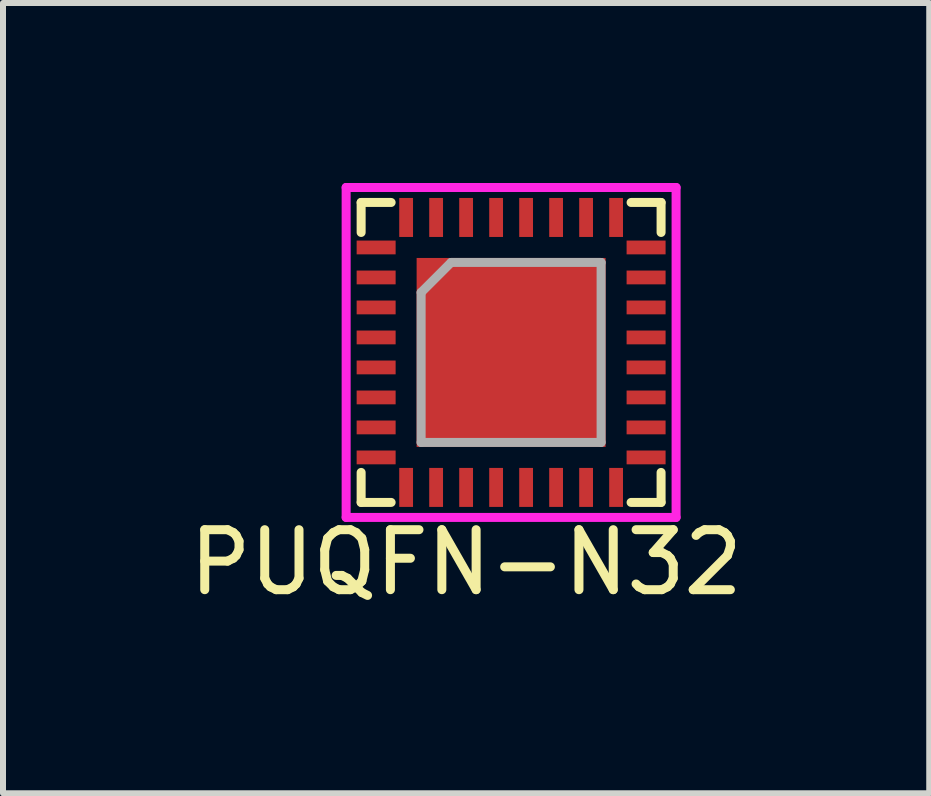
<source format=kicad_pcb>
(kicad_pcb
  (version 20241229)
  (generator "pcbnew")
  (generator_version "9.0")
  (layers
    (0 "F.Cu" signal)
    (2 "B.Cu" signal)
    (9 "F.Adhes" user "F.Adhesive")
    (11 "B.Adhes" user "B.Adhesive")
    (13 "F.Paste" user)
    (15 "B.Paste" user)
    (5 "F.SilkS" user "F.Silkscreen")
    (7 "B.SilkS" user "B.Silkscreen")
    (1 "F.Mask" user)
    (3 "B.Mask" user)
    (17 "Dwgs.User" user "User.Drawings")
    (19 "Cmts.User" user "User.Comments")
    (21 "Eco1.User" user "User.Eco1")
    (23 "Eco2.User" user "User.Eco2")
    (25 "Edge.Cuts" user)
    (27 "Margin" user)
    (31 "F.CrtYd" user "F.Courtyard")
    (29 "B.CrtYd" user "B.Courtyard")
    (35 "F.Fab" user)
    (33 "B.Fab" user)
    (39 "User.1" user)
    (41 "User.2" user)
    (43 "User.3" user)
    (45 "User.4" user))
  (footprint "PUQFN-N32"
    (layer "F.Cu")
    (at 3.22 1.075)
    (property "Reference" "PUQFN-N32" (at 1.5 5.25 0) (layer "F.SilkS") (effects (font (size 1 1) (thickness 0.15))))
    (attr through_hole)
    (fp_line (start -0.25 -0.75) (end -0.25 -0.25) (stroke (width 0.15) (type solid)) (layer "F.SilkS"))
    (fp_line (start -0.25 3.75) (end -0.25 4.25) (stroke (width 0.15) (type solid)) (layer "F.SilkS"))
    (fp_line (start -0.25 4.25) (end 0.25 4.25) (stroke (width 0.15) (type solid)) (layer "F.SilkS"))
    (fp_line (start 0.25 -0.75) (end -0.25 -0.75) (stroke (width 0.15) (type solid)) (layer "F.SilkS"))
    (fp_line (start 4.25 4.25) (end 4.75 4.25) (stroke (width 0.15) (type solid)) (layer "F.SilkS"))
    (fp_line (start 4.75 -0.75) (end 4.25 -0.75) (stroke (width 0.15) (type solid)) (layer "F.SilkS"))
    (fp_line (start 4.75 -0.25) (end 4.75 -0.75) (stroke (width 0.15) (type solid)) (layer "F.SilkS"))
    (fp_line (start 4.75 4.25) (end 4.75 3.75) (stroke (width 0.15) (type solid)) (layer "F.SilkS"))
    (fp_line (start -0.5 -1) (end -0.5 4.5) (stroke (width 0.15) (type solid)) (layer "F.CrtYd"))
    (fp_line (start -0.5 4.5) (end 5 4.5) (stroke (width 0.15) (type solid)) (layer "F.CrtYd"))
    (fp_line (start 5 -1) (end -0.5 -1) (stroke (width 0.15) (type solid)) (layer "F.CrtYd"))
    (fp_line (start 5 4.5) (end 5 -1) (stroke (width 0.15) (type solid)) (layer "F.CrtYd"))
    (fp_line (start 0.75 0.75) (end 0.75 3.25) (stroke (width 0.15) (type solid)) (layer "F.Fab"))
    (fp_line (start 0.75 3.25) (end 3.75 3.25) (stroke (width 0.15) (type solid)) (layer "F.Fab"))
    (fp_line (start 1.25 0.25) (end 0.75 0.75) (stroke (width 0.15) (type solid)) (layer "F.Fab"))
    (fp_line (start 3.75 0.25) (end 1.25 0.25) (stroke (width 0.15) (type solid)) (layer "F.Fab"))
    (fp_line (start 3.75 3.25) (end 3.75 0.25) (stroke (width 0.15) (type solid)) (layer "F.Fab"))
    (pad "1" smd rect (at 0 0 90) (size 0.23 0.65) (layers "F.Cu" "F.Mask" "F.Paste"))
    (pad "2" smd rect (at 0 0.5 90) (size 0.23 0.65) (layers "F.Cu" "F.Mask" "F.Paste"))
    (pad "3" smd rect (at 0 1 90) (size 0.23 0.65) (layers "F.Cu" "F.Mask" "F.Paste"))
    (pad "4" smd rect (at 0 1.5 90) (size 0.23 0.65) (layers "F.Cu" "F.Mask" "F.Paste"))
    (pad "5" smd rect (at 0 2 90) (size 0.23 0.65) (layers "F.Cu" "F.Mask" "F.Paste"))
    (pad "6" smd rect (at 0 2.5 90) (size 0.23 0.65) (layers "F.Cu" "F.Mask" "F.Paste"))
    (pad "7" smd rect (at 0 3 90) (size 0.23 0.65) (layers "F.Cu" "F.Mask" "F.Paste"))
    (pad "8" smd rect (at 0 3.5 90) (size 0.23 0.65) (layers "F.Cu" "F.Mask" "F.Paste"))
    (pad "9" smd rect (at 0.5 4 180) (size 0.23 0.65) (layers "F.Cu" "F.Mask" "F.Paste"))
    (pad "10" smd rect (at 1 4 180) (size 0.23 0.65) (layers "F.Cu" "F.Mask" "F.Paste"))
    (pad "11" smd rect (at 1.5 4 180) (size 0.23 0.65) (layers "F.Cu" "F.Mask" "F.Paste"))
    (pad "12" smd rect (at 2 4 180) (size 0.23 0.65) (layers "F.Cu" "F.Mask" "F.Paste"))
    (pad "13" smd rect (at 2.5 4 180) (size 0.23 0.65) (layers "F.Cu" "F.Mask" "F.Paste"))
    (pad "14" smd rect (at 3 4 180) (size 0.23 0.65) (layers "F.Cu" "F.Mask" "F.Paste"))
    (pad "15" smd rect (at 3.5 4 180) (size 0.23 0.65) (layers "F.Cu" "F.Mask" "F.Paste"))
    (pad "16" smd rect (at 4 4 180) (size 0.23 0.65) (layers "F.Cu" "F.Mask" "F.Paste"))
    (pad "17" smd rect (at 4.5 3.5 90) (size 0.23 0.65) (layers "F.Cu" "F.Mask" "F.Paste"))
    (pad "18" smd rect (at 4.5 3 90) (size 0.23 0.65) (layers "F.Cu" "F.Mask" "F.Paste"))
    (pad "19" smd rect (at 4.5 2.5 90) (size 0.23 0.65) (layers "F.Cu" "F.Mask" "F.Paste"))
    (pad "20" smd rect (at 4.5 2 90) (size 0.23 0.65) (layers "F.Cu" "F.Mask" "F.Paste"))
    (pad "21" smd rect (at 4.5 1.5 90) (size 0.23 0.65) (layers "F.Cu" "F.Mask" "F.Paste"))
    (pad "22" smd rect (at 4.5 1 90) (size 0.23 0.65) (layers "F.Cu" "F.Mask" "F.Paste"))
    (pad "23" smd rect (at 4.5 0.5 90) (size 0.23 0.65) (layers "F.Cu" "F.Mask" "F.Paste"))
    (pad "24" smd rect (at 4.5 0 90) (size 0.23 0.65) (layers "F.Cu" "F.Mask" "F.Paste"))
    (pad "25" smd rect (at 4 -0.5 180) (size 0.23 0.65) (layers "F.Cu" "F.Mask" "F.Paste"))
    (pad "26" smd rect (at 3.5 -0.5 180) (size 0.23 0.65) (layers "F.Cu" "F.Mask" "F.Paste"))
    (pad "27" smd rect (at 3 -0.5 180) (size 0.23 0.65) (layers "F.Cu" "F.Mask" "F.Paste"))
    (pad "28" smd rect (at 2.5 -0.5 180) (size 0.23 0.65) (layers "F.Cu" "F.Mask" "F.Paste"))
    (pad "29" smd rect (at 2 -0.5 180) (size 0.23 0.65) (layers "F.Cu" "F.Mask" "F.Paste"))
    (pad "30" smd rect (at 1.5 -0.5 180) (size 0.23 0.65) (layers "F.Cu" "F.Mask" "F.Paste"))
    (pad "31" smd rect (at 1 -0.5 180) (size 0.23 0.65) (layers "F.Cu" "F.Mask" "F.Paste"))
    (pad "32" smd rect (at 0.5 -0.5 180) (size 0.23 0.65) (layers "F.Cu" "F.Mask" "F.Paste"))
    (pad "33" smd rect (at 2.25 1.75 90) (size 3.15 3.15) (layers "F.Cu" "F.Mask" "F.Paste")))
  (gr_rect
    (start -3 -3)
    (end 12.44 10.173)
    (stroke (width 0.1) (type default))
    (fill no)
    (layer "Edge.Cuts")))
</source>
